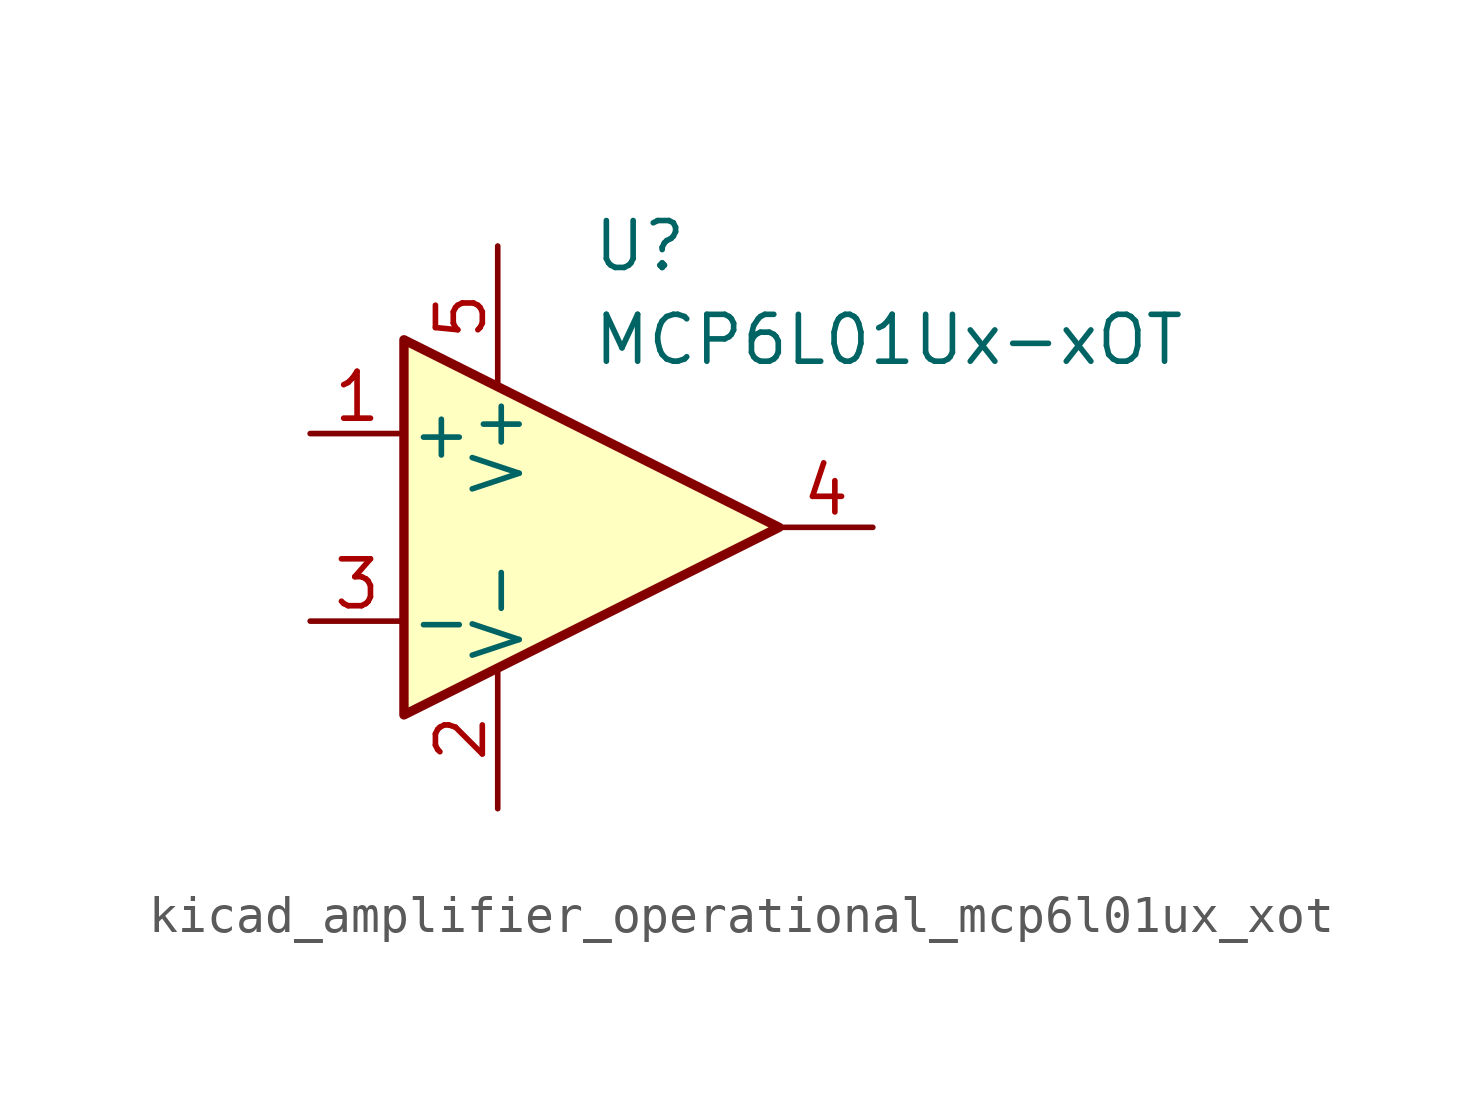
<source format=kicad_sym>
(kicad_symbol_lib
  (version 20220914)
  (generator kicad_symbol_editor)
  (symbol "kicad_amplifier_operational_mcp6l01ux_xot"
    (pin_names
      (offset 0.127))
    (property "Reference" "U"
      (at 0 7.62 0)
      (effects (font (size 1.27 1.27)) (justify left)))
    (property "Value" "MCP6L01Ux-xOT"
      (at 0 5.08 0)
      (effects (font (size 1.27 1.27)) (justify left)))
    (symbol "kicad_amplifier_operational_mcp6l01ux_xot_0_1"
      (polyline (pts (xy -5.08 5.08) (xy 5.08 0) (xy -5.08 -5.08) (xy -5.08 5.08)) (stroke (width 0.254) (type default)) (fill (type background))))
    (symbol "kicad_amplifier_operational_mcp6l01ux_xot_1_1"
      (pin input line (at -7.62 2.54 0) (length 2.54) (name "+" (effects (font (size 1.27 1.27)))) (number "1" (effects (font (size 1.27 1.27)))))
      (pin power_in line (at -2.54 -7.62 90) (length 3.81) (name "V-" (effects (font (size 1.27 1.27)))) (number "2" (effects (font (size 1.27 1.27)))))
      (pin input line (at -7.62 -2.54 0) (length 2.54) (name "-" (effects (font (size 1.27 1.27)))) (number "3" (effects (font (size 1.27 1.27)))))
      (pin output line (at 7.62 0 180) (length 2.54) (name "~" (effects (font (size 1.27 1.27)))) (number "4" (effects (font (size 1.27 1.27)))))
      (pin power_in line (at -2.54 7.62 270) (length 3.81) (name "V+" (effects (font (size 1.27 1.27)))) (number "5" (effects (font (size 1.27 1.27))))))))
</source>
